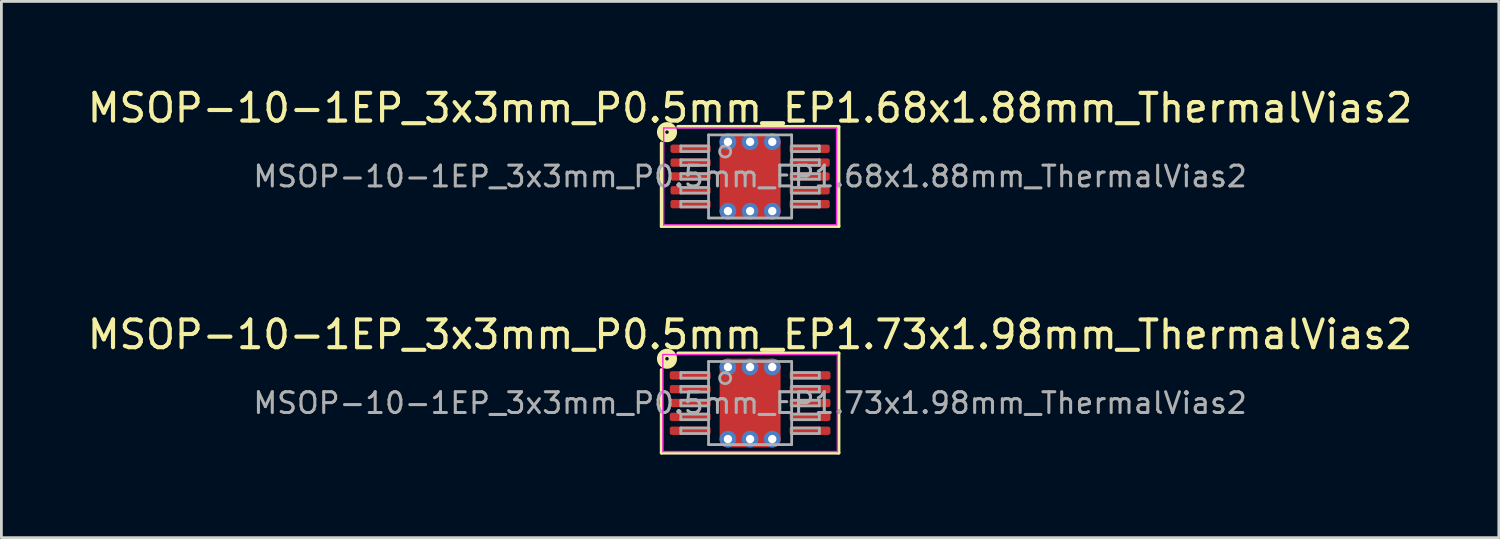
<source format=kicad_pcb>
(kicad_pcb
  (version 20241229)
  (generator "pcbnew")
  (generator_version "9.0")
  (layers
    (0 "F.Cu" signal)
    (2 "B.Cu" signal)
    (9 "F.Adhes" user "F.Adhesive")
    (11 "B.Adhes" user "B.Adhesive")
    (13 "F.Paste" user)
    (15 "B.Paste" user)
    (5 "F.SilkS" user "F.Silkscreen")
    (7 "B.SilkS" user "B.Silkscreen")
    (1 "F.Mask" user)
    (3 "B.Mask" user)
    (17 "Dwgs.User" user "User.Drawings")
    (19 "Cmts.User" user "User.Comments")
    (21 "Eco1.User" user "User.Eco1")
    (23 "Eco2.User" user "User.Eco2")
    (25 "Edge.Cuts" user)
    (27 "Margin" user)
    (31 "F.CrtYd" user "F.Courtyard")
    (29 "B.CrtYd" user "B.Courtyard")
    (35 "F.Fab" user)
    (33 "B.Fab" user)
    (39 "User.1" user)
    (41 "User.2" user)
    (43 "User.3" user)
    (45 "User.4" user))
  (footprint "MSOP-10-1EP_3x3mm_P0.5mm_EP1.73x1.98mm_ThermalVias2"
    (layer "F.Cu")
    (at 24.03 11.501)
    (property "Reference" "MSOP-10-1EP_3x3mm_P0.5mm_EP1.73x1.98mm_ThermalVias2" (at 0 -2.472 0) (layer "F.SilkS") (effects (font (size 1 1) (thickness 0.15))))
    (attr smd)
    (fp_line (start -3.2 1.8) (end -3.2 -1.2) (stroke (width 0.12) (type solid)) (layer "F.SilkS"))
    (fp_line (start -2.6 -1.8) (end 3.2 -1.8) (stroke (width 0.12) (type solid)) (layer "F.SilkS"))
    (fp_line (start 3.2 -1.8) (end 3.2 1.8) (stroke (width 0.12) (type solid)) (layer "F.SilkS"))
    (fp_line (start 3.2 1.8) (end -3.2 1.8) (stroke (width 0.12) (type solid)) (layer "F.SilkS"))
    (fp_circle (center -3 -1.6) (end -2.937 -1.6) (stroke (width 0.3) (type solid)) (fill no) (layer "F.SilkS"))
    (fp_line (start -3.15 -1.75) (end -3.15 1.75) (stroke (width 0.05) (type solid)) (layer "F.CrtYd"))
    (fp_line (start -3.15 1.75) (end 3.15 1.75) (stroke (width 0.05) (type solid)) (layer "F.CrtYd"))
    (fp_line (start 3.15 -1.75) (end -3.15 -1.75) (stroke (width 0.05) (type solid)) (layer "F.CrtYd"))
    (fp_line (start 3.15 1.75) (end 3.15 -1.75) (stroke (width 0.05) (type solid)) (layer "F.CrtYd"))
    (fp_line (start -2.5 -1.1) (end -2.5 -0.9) (stroke (width 0.1) (type solid)) (layer "F.Fab"))
    (fp_line (start -2.5 -1.1) (end -1.5 -1.1) (stroke (width 0.1) (type solid)) (layer "F.Fab"))
    (fp_line (start -2.5 -0.9) (end -1.5 -0.9) (stroke (width 0.1) (type solid)) (layer "F.Fab"))
    (fp_line (start -2.5 -0.6) (end -2.5 -0.4) (stroke (width 0.1) (type solid)) (layer "F.Fab"))
    (fp_line (start -2.5 -0.6) (end -1.5 -0.6) (stroke (width 0.1) (type solid)) (layer "F.Fab"))
    (fp_line (start -2.5 -0.4) (end -1.5 -0.4) (stroke (width 0.1) (type solid)) (layer "F.Fab"))
    (fp_line (start -2.5 -0.1) (end -2.5 0.1) (stroke (width 0.1) (type solid)) (layer "F.Fab"))
    (fp_line (start -2.5 -0.1) (end -1.5 -0.1) (stroke (width 0.1) (type solid)) (layer "F.Fab"))
    (fp_line (start -2.5 0.1) (end -1.5 0.1) (stroke (width 0.1) (type solid)) (layer "F.Fab"))
    (fp_line (start -2.5 0.4) (end -2.5 0.6) (stroke (width 0.1) (type solid)) (layer "F.Fab"))
    (fp_line (start -2.5 0.4) (end -1.5 0.4) (stroke (width 0.1) (type solid)) (layer "F.Fab"))
    (fp_line (start -2.5 0.6) (end -1.5 0.6) (stroke (width 0.1) (type solid)) (layer "F.Fab"))
    (fp_line (start -2.5 0.9) (end -2.5 1.1) (stroke (width 0.1) (type solid)) (layer "F.Fab"))
    (fp_line (start -2.5 0.9) (end -1.5 0.9) (stroke (width 0.1) (type solid)) (layer "F.Fab"))
    (fp_line (start -2.5 1.1) (end -1.5 1.1) (stroke (width 0.1) (type solid)) (layer "F.Fab"))
    (fp_line (start -1.5 -1.5) (end 1.5 -1.5) (stroke (width 0.1) (type solid)) (layer "F.Fab"))
    (fp_line (start -1.5 1.5) (end -1.5 -1.5) (stroke (width 0.1) (type solid)) (layer "F.Fab"))
    (fp_line (start 1.5 -1.5) (end 1.5 1.5) (stroke (width 0.1) (type solid)) (layer "F.Fab"))
    (fp_line (start 1.5 1.5) (end -1.5 1.5) (stroke (width 0.1) (type solid)) (layer "F.Fab"))
    (fp_line (start 2.5 -1.1) (end 1.5 -1.1) (stroke (width 0.1) (type solid)) (layer "F.Fab"))
    (fp_line (start 2.5 -0.9) (end 1.5 -0.9) (stroke (width 0.1) (type solid)) (layer "F.Fab"))
    (fp_line (start 2.5 -0.9) (end 2.5 -1.1) (stroke (width 0.1) (type solid)) (layer "F.Fab"))
    (fp_line (start 2.5 -0.6) (end 1.5 -0.6) (stroke (width 0.1) (type solid)) (layer "F.Fab"))
    (fp_line (start 2.5 -0.4) (end 1.5 -0.4) (stroke (width 0.1) (type solid)) (layer "F.Fab"))
    (fp_line (start 2.5 -0.4) (end 2.5 -0.6) (stroke (width 0.1) (type solid)) (layer "F.Fab"))
    (fp_line (start 2.5 -0.1) (end 1.5 -0.1) (stroke (width 0.1) (type solid)) (layer "F.Fab"))
    (fp_line (start 2.5 0.1) (end 1.5 0.1) (stroke (width 0.1) (type solid)) (layer "F.Fab"))
    (fp_line (start 2.5 0.1) (end 2.5 -0.1) (stroke (width 0.1) (type solid)) (layer "F.Fab"))
    (fp_line (start 2.5 0.4) (end 1.5 0.4) (stroke (width 0.1) (type solid)) (layer "F.Fab"))
    (fp_line (start 2.5 0.6) (end 1.5 0.6) (stroke (width 0.1) (type solid)) (layer "F.Fab"))
    (fp_line (start 2.5 0.6) (end 2.5 0.4) (stroke (width 0.1) (type solid)) (layer "F.Fab"))
    (fp_line (start 2.5 0.9) (end 1.5 0.9) (stroke (width 0.1) (type solid)) (layer "F.Fab"))
    (fp_line (start 2.5 1.1) (end 1.5 1.1) (stroke (width 0.1) (type solid)) (layer "F.Fab"))
    (fp_line (start 2.5 1.1) (end 2.5 0.9) (stroke (width 0.1) (type solid)) (layer "F.Fab"))
    (fp_circle (center -0.9 -0.9) (end -0.7 -0.9) (stroke (width 0.1) (type solid)) (fill no) (layer "F.Fab"))
    (fp_text user "${REFERENCE}" (at 0 0 0) (layer "F.Fab") (effects (font (size 0.75 0.75) (thickness 0.11))))
    (pad "" smd roundrect (at -0.43 -0.495) (size 0.7 0.8) (layers "F.Paste") (roundrect_rratio 0.25))
    (pad "" smd roundrect (at -0.43 0.495) (size 0.7 0.8) (layers "F.Paste") (roundrect_rratio 0.25))
    (pad "" smd roundrect (at 0 0) (size 1.73 1.98) (layers "F.Mask") (roundrect_rratio 0.145))
    (pad "" smd roundrect (at 0.43 -0.495) (size 0.7 0.8) (layers "F.Paste") (roundrect_rratio 0.25))
    (pad "" smd roundrect (at 0.43 0.495) (size 0.7 0.8) (layers "F.Paste") (roundrect_rratio 0.25))
    (pad "1" smd roundrect (at -2.163 -1) (size 1.475 0.3) (layers "F.Cu" "F.Mask" "F.Paste") (roundrect_rratio 0.25))
    (pad "2" smd roundrect (at -2.163 -0.5) (size 1.475 0.3) (layers "F.Cu" "F.Mask" "F.Paste") (roundrect_rratio 0.25))
    (pad "3" smd roundrect (at -2.163 0) (size 1.475 0.3) (layers "F.Cu" "F.Mask" "F.Paste") (roundrect_rratio 0.25))
    (pad "4" smd roundrect (at -2.163 0.5) (size 1.475 0.3) (layers "F.Cu" "F.Mask" "F.Paste") (roundrect_rratio 0.25))
    (pad "5" smd roundrect (at -2.163 1) (size 1.475 0.3) (layers "F.Cu" "F.Mask" "F.Paste") (roundrect_rratio 0.25))
    (pad "6" smd roundrect (at 2.163 1) (size 1.475 0.3) (layers "F.Cu" "F.Mask" "F.Paste") (roundrect_rratio 0.25))
    (pad "7" smd roundrect (at 2.163 0.5) (size 1.475 0.3) (layers "F.Cu" "F.Mask" "F.Paste") (roundrect_rratio 0.25))
    (pad "8" smd roundrect (at 2.163 0) (size 1.475 0.3) (layers "F.Cu" "F.Mask" "F.Paste") (roundrect_rratio 0.25))
    (pad "9" smd roundrect (at 2.163 -0.5) (size 1.475 0.3) (layers "F.Cu" "F.Mask" "F.Paste") (roundrect_rratio 0.25))
    (pad "10" smd roundrect (at 2.163 -1) (size 1.475 0.3) (layers "F.Cu" "F.Mask" "F.Paste") (roundrect_rratio 0.25))
    (pad "11" thru_hole circle (at -0.8 -1.3) (size 0.6 0.6) (drill 0.3) (property pad_prop_heatsink) (layers "*.Cu" "*.Mask"))
    (pad "11" thru_hole circle (at -0.8 1.3) (size 0.6 0.6) (drill 0.3) (property pad_prop_heatsink) (layers "*.Cu" "*.Mask"))
    (pad "11" thru_hole circle (at 0 -1.3) (size 0.6 0.6) (drill 0.3) (property pad_prop_heatsink) (layers "*.Cu" "*.Mask"))
    (pad "11" smd roundrect (at 0 0) (size 2.2 3.2) (layers "F.Cu") (roundrect_rratio 0.114))
    (pad "11" thru_hole circle (at 0 1.3) (size 0.6 0.6) (drill 0.3) (property pad_prop_heatsink) (layers "*.Cu" "*.Mask"))
    (pad "11" thru_hole circle (at 0.8 -1.3) (size 0.6 0.6) (drill 0.3) (property pad_prop_heatsink) (layers "*.Cu" "*.Mask"))
    (pad "11" thru_hole circle (at 0.8 1.3) (size 0.6 0.6) (drill 0.3) (property pad_prop_heatsink) (layers "*.Cu" "*.Mask")))
  (footprint "MSOP-10-1EP_3x3mm_P0.5mm_EP1.68x1.88mm_ThermalVias2"
    (layer "F.Cu")
    (at 24.03 3.32)
    (property "Reference" "MSOP-10-1EP_3x3mm_P0.5mm_EP1.68x1.88mm_ThermalVias2" (at 0 -2.472 0) (layer "F.SilkS") (effects (font (size 1 1) (thickness 0.15))))
    (attr smd)
    (fp_line (start -3.2 1.8) (end -3.2 -1.2) (stroke (width 0.12) (type solid)) (layer "F.SilkS"))
    (fp_line (start -2.6 -1.8) (end 3.2 -1.8) (stroke (width 0.12) (type solid)) (layer "F.SilkS"))
    (fp_line (start 3.2 -1.8) (end 3.2 1.8) (stroke (width 0.12) (type solid)) (layer "F.SilkS"))
    (fp_line (start 3.2 1.8) (end -3.2 1.8) (stroke (width 0.12) (type solid)) (layer "F.SilkS"))
    (fp_circle (center -3 -1.6) (end -2.937 -1.6) (stroke (width 0.3) (type solid)) (fill no) (layer "F.SilkS"))
    (fp_line (start -3.12 -1.75) (end -3.12 1.75) (stroke (width 0.05) (type solid)) (layer "F.CrtYd"))
    (fp_line (start -3.12 1.75) (end 3.12 1.75) (stroke (width 0.05) (type solid)) (layer "F.CrtYd"))
    (fp_line (start 3.12 -1.75) (end -3.12 -1.75) (stroke (width 0.05) (type solid)) (layer "F.CrtYd"))
    (fp_line (start 3.12 1.75) (end 3.12 -1.75) (stroke (width 0.05) (type solid)) (layer "F.CrtYd"))
    (fp_line (start -2.5 -1.1) (end -2.5 -0.9) (stroke (width 0.1) (type solid)) (layer "F.Fab"))
    (fp_line (start -2.5 -1.1) (end -1.5 -1.1) (stroke (width 0.1) (type solid)) (layer "F.Fab"))
    (fp_line (start -2.5 -0.9) (end -1.5 -0.9) (stroke (width 0.1) (type solid)) (layer "F.Fab"))
    (fp_line (start -2.5 -0.6) (end -2.5 -0.4) (stroke (width 0.1) (type solid)) (layer "F.Fab"))
    (fp_line (start -2.5 -0.6) (end -1.5 -0.6) (stroke (width 0.1) (type solid)) (layer "F.Fab"))
    (fp_line (start -2.5 -0.4) (end -1.5 -0.4) (stroke (width 0.1) (type solid)) (layer "F.Fab"))
    (fp_line (start -2.5 -0.1) (end -2.5 0.1) (stroke (width 0.1) (type solid)) (layer "F.Fab"))
    (fp_line (start -2.5 -0.1) (end -1.5 -0.1) (stroke (width 0.1) (type solid)) (layer "F.Fab"))
    (fp_line (start -2.5 0.1) (end -1.5 0.1) (stroke (width 0.1) (type solid)) (layer "F.Fab"))
    (fp_line (start -2.5 0.4) (end -2.5 0.6) (stroke (width 0.1) (type solid)) (layer "F.Fab"))
    (fp_line (start -2.5 0.4) (end -1.5 0.4) (stroke (width 0.1) (type solid)) (layer "F.Fab"))
    (fp_line (start -2.5 0.6) (end -1.5 0.6) (stroke (width 0.1) (type solid)) (layer "F.Fab"))
    (fp_line (start -2.5 0.9) (end -2.5 1.1) (stroke (width 0.1) (type solid)) (layer "F.Fab"))
    (fp_line (start -2.5 0.9) (end -1.5 0.9) (stroke (width 0.1) (type solid)) (layer "F.Fab"))
    (fp_line (start -2.5 1.1) (end -1.5 1.1) (stroke (width 0.1) (type solid)) (layer "F.Fab"))
    (fp_line (start -1.5 -1.5) (end 1.5 -1.5) (stroke (width 0.1) (type solid)) (layer "F.Fab"))
    (fp_line (start -1.5 1.5) (end -1.5 -1.5) (stroke (width 0.1) (type solid)) (layer "F.Fab"))
    (fp_line (start 1.5 -1.5) (end 1.5 1.5) (stroke (width 0.1) (type solid)) (layer "F.Fab"))
    (fp_line (start 1.5 1.5) (end -1.5 1.5) (stroke (width 0.1) (type solid)) (layer "F.Fab"))
    (fp_line (start 2.5 -1.1) (end 1.5 -1.1) (stroke (width 0.1) (type solid)) (layer "F.Fab"))
    (fp_line (start 2.5 -0.9) (end 1.5 -0.9) (stroke (width 0.1) (type solid)) (layer "F.Fab"))
    (fp_line (start 2.5 -0.9) (end 2.5 -1.1) (stroke (width 0.1) (type solid)) (layer "F.Fab"))
    (fp_line (start 2.5 -0.6) (end 1.5 -0.6) (stroke (width 0.1) (type solid)) (layer "F.Fab"))
    (fp_line (start 2.5 -0.4) (end 1.5 -0.4) (stroke (width 0.1) (type solid)) (layer "F.Fab"))
    (fp_line (start 2.5 -0.4) (end 2.5 -0.6) (stroke (width 0.1) (type solid)) (layer "F.Fab"))
    (fp_line (start 2.5 -0.1) (end 1.5 -0.1) (stroke (width 0.1) (type solid)) (layer "F.Fab"))
    (fp_line (start 2.5 0.1) (end 1.5 0.1) (stroke (width 0.1) (type solid)) (layer "F.Fab"))
    (fp_line (start 2.5 0.1) (end 2.5 -0.1) (stroke (width 0.1) (type solid)) (layer "F.Fab"))
    (fp_line (start 2.5 0.4) (end 1.5 0.4) (stroke (width 0.1) (type solid)) (layer "F.Fab"))
    (fp_line (start 2.5 0.6) (end 1.5 0.6) (stroke (width 0.1) (type solid)) (layer "F.Fab"))
    (fp_line (start 2.5 0.6) (end 2.5 0.4) (stroke (width 0.1) (type solid)) (layer "F.Fab"))
    (fp_line (start 2.5 0.9) (end 1.5 0.9) (stroke (width 0.1) (type solid)) (layer "F.Fab"))
    (fp_line (start 2.5 1.1) (end 1.5 1.1) (stroke (width 0.1) (type solid)) (layer "F.Fab"))
    (fp_line (start 2.5 1.1) (end 2.5 0.9) (stroke (width 0.1) (type solid)) (layer "F.Fab"))
    (fp_circle (center -0.9 -0.9) (end -0.7 -0.9) (stroke (width 0.1) (type solid)) (fill no) (layer "F.Fab"))
    (fp_text user "${REFERENCE}" (at 0 0 0) (layer "F.Fab") (effects (font (size 0.75 0.75) (thickness 0.11))))
    (pad "" smd roundrect (at -0.42 -0.47) (size 0.68 0.76) (layers "F.Paste") (roundrect_rratio 0.25))
    (pad "" smd roundrect (at -0.42 0.47) (size 0.68 0.76) (layers "F.Paste") (roundrect_rratio 0.25))
    (pad "" smd roundrect (at 0 0) (size 1.68 1.88) (layers "F.Mask") (roundrect_rratio 0.149))
    (pad "" smd roundrect (at 0.42 -0.47) (size 0.68 0.76) (layers "F.Paste") (roundrect_rratio 0.25))
    (pad "" smd roundrect (at 0.42 0.47) (size 0.68 0.76) (layers "F.Paste") (roundrect_rratio 0.25))
    (pad "1" smd roundrect (at -2.15 -1) (size 1.45 0.3) (layers "F.Cu" "F.Mask" "F.Paste") (roundrect_rratio 0.25))
    (pad "2" smd roundrect (at -2.15 -0.5) (size 1.45 0.3) (layers "F.Cu" "F.Mask" "F.Paste") (roundrect_rratio 0.25))
    (pad "3" smd roundrect (at -2.15 0) (size 1.45 0.3) (layers "F.Cu" "F.Mask" "F.Paste") (roundrect_rratio 0.25))
    (pad "4" smd roundrect (at -2.15 0.5) (size 1.45 0.3) (layers "F.Cu" "F.Mask" "F.Paste") (roundrect_rratio 0.25))
    (pad "5" smd roundrect (at -2.15 1) (size 1.45 0.3) (layers "F.Cu" "F.Mask" "F.Paste") (roundrect_rratio 0.25))
    (pad "6" smd roundrect (at 2.15 1) (size 1.45 0.3) (layers "F.Cu" "F.Mask" "F.Paste") (roundrect_rratio 0.25))
    (pad "7" smd roundrect (at 2.15 0.5) (size 1.45 0.3) (layers "F.Cu" "F.Mask" "F.Paste") (roundrect_rratio 0.25))
    (pad "8" smd roundrect (at 2.15 0) (size 1.45 0.3) (layers "F.Cu" "F.Mask" "F.Paste") (roundrect_rratio 0.25))
    (pad "9" smd roundrect (at 2.15 -0.5) (size 1.45 0.3) (layers "F.Cu" "F.Mask" "F.Paste") (roundrect_rratio 0.25))
    (pad "10" smd roundrect (at 2.15 -1) (size 1.45 0.3) (layers "F.Cu" "F.Mask" "F.Paste") (roundrect_rratio 0.25))
    (pad "11" thru_hole circle (at -0.8 -1.25) (size 0.6 0.6) (drill 0.3) (property pad_prop_heatsink) (layers "*.Cu" "*.Mask"))
    (pad "11" thru_hole circle (at -0.8 1.25) (size 0.6 0.6) (drill 0.3) (property pad_prop_heatsink) (layers "*.Cu" "*.Mask"))
    (pad "11" thru_hole circle (at 0 -1.25) (size 0.6 0.6) (drill 0.3) (property pad_prop_heatsink) (layers "*.Cu" "*.Mask"))
    (pad "11" smd roundrect (at 0 0) (size 2.2 3.1) (layers "F.Cu") (roundrect_rratio 0.114))
    (pad "11" thru_hole circle (at 0 1.25) (size 0.6 0.6) (drill 0.3) (property pad_prop_heatsink) (layers "*.Cu" "*.Mask"))
    (pad "11" thru_hole circle (at 0.8 -1.25) (size 0.6 0.6) (drill 0.3) (property pad_prop_heatsink) (layers "*.Cu" "*.Mask"))
    (pad "11" thru_hole circle (at 0.8 1.25) (size 0.6 0.6) (drill 0.3) (property pad_prop_heatsink) (layers "*.Cu" "*.Mask")))
  (gr_rect
    (start -3 -3)
    (end 51.06 16.36)
    (stroke (width 0.1) (type default))
    (fill no)
    (layer "Edge.Cuts")))
</source>
